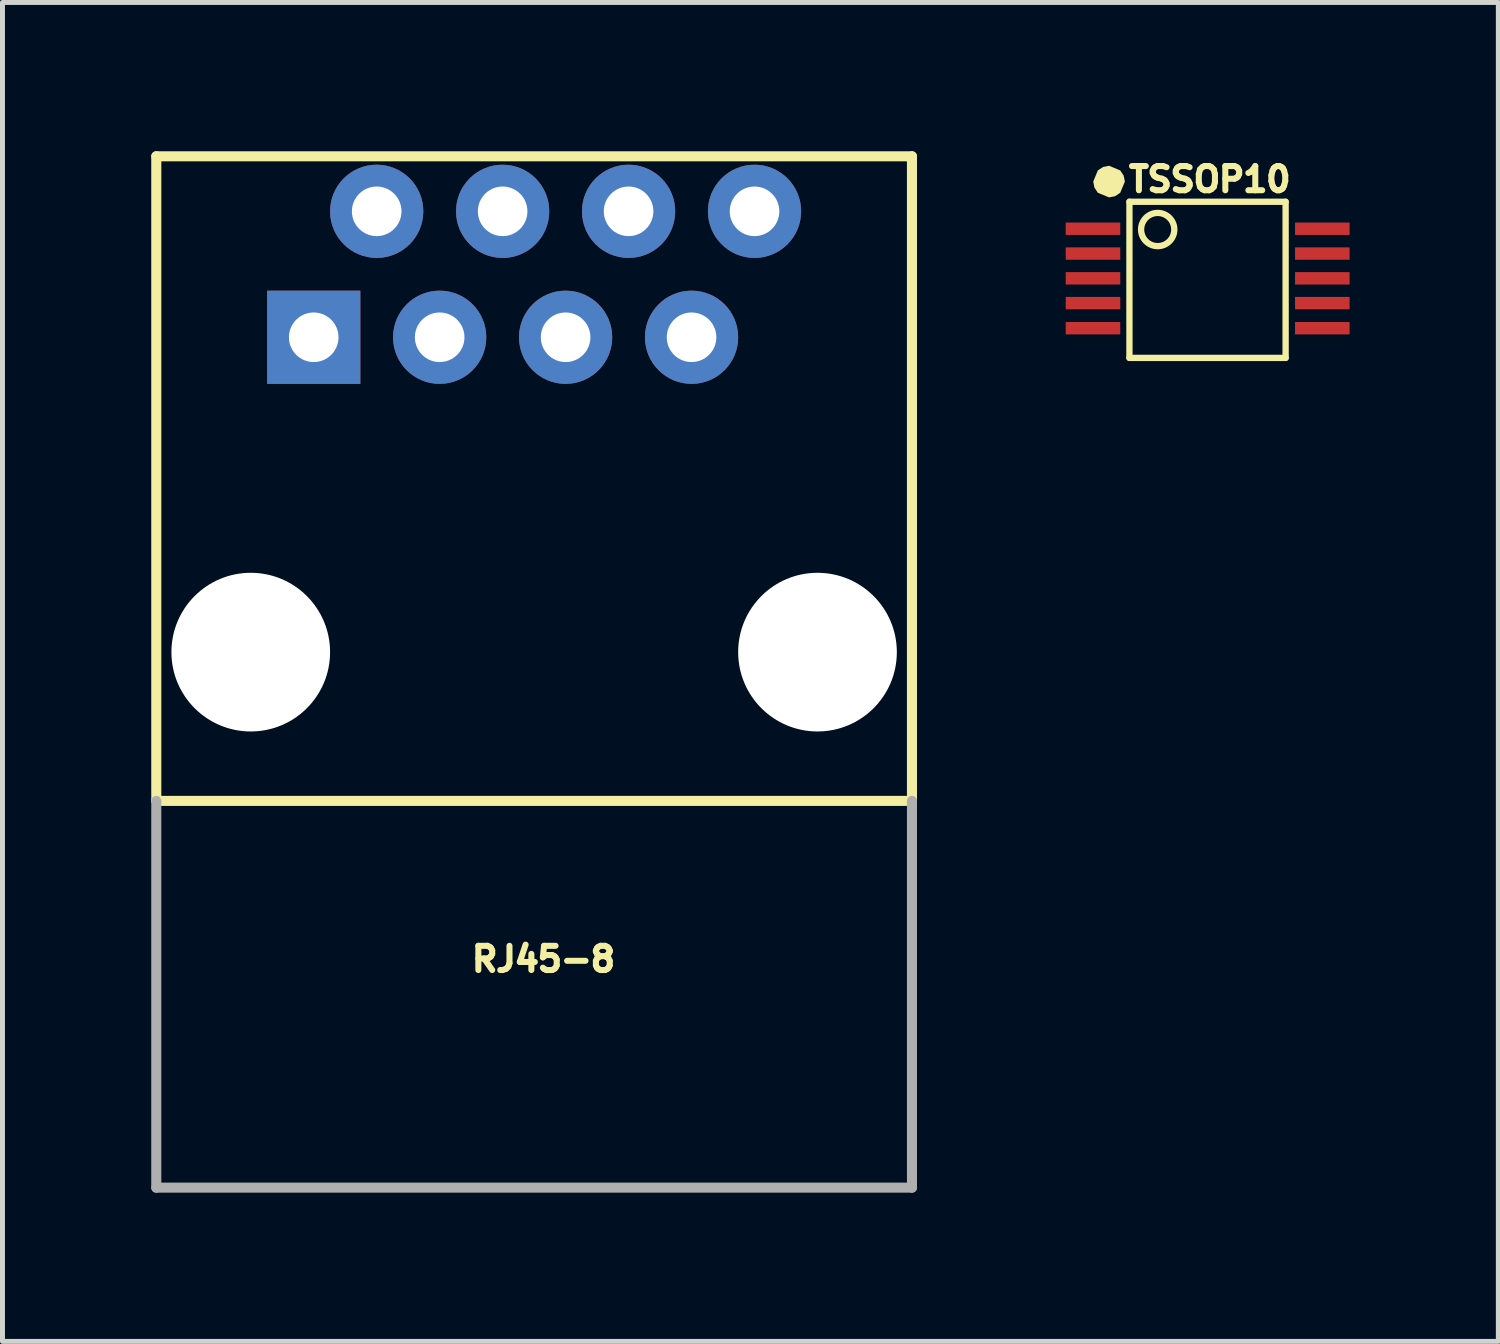
<source format=kicad_pcb>
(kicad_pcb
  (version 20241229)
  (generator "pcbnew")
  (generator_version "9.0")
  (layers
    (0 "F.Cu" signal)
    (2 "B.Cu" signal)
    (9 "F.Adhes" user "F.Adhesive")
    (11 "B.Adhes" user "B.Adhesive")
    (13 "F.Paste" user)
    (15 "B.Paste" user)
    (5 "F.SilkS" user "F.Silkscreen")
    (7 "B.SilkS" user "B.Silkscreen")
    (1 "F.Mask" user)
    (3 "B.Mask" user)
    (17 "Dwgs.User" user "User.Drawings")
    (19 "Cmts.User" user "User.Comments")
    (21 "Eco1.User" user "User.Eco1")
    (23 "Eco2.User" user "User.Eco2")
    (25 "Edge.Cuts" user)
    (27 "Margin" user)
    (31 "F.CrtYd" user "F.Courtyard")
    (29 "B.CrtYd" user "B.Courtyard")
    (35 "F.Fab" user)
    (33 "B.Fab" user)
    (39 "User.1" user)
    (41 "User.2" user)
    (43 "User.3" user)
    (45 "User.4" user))
  (footprint "RJ45-8"
    (layer "F.Cu")
    (at 7.722 10.102)
    (property "Reference" "RJ45-8" (at -1.321 6.477 0) (layer "F.SilkS") (effects (font (size 0.488 0.488) (thickness 0.122)) (justify left bottom)))
    (fp_line (start -7.62 -10) (end 7.62 -10) (stroke (width 0.203) (type solid)) (layer "F.SilkS"))
    (fp_line (start -7.62 3) (end -7.62 -10) (stroke (width 0.203) (type solid)) (layer "F.SilkS"))
    (fp_line (start -7.62 3) (end 7.62 3) (stroke (width 0.203) (type solid)) (layer "F.SilkS"))
    (fp_line (start 7.62 -10) (end 7.62 3) (stroke (width 0.203) (type solid)) (layer "F.SilkS"))
    (fp_line (start -7.62 3) (end -7.62 10.8) (stroke (width 0.203) (type solid)) (layer "F.Fab"))
    (fp_line (start -7.62 10.8) (end 7.62 10.8) (stroke (width 0.203) (type solid)) (layer "F.Fab"))
    (fp_line (start 7.62 10.8) (end 7.62 3) (stroke (width 0.203) (type solid)) (layer "F.Fab"))
    (pad "" np_thru_hole circle (at -5.715 0) (size 3.2 3.2) (drill 3.2) (layers "*.Cu" "*.Mask"))
    (pad "" np_thru_hole circle (at 5.715 0) (size 3.2 3.2) (drill 3.2) (layers "*.Cu" "*.Mask"))
    (pad "1" thru_hole rect (at -4.445 -6.35) (size 1.88 1.88) (drill 1) (layers "*.Cu" "*.Mask"))
    (pad "2" thru_hole circle (at -3.175 -8.89) (size 1.88 1.88) (drill 1) (layers "*.Cu" "*.Mask"))
    (pad "3" thru_hole circle (at -1.905 -6.35) (size 1.88 1.88) (drill 1) (layers "*.Cu" "*.Mask"))
    (pad "4" thru_hole circle (at -0.635 -8.89) (size 1.88 1.88) (drill 1) (layers "*.Cu" "*.Mask"))
    (pad "5" thru_hole circle (at 0.635 -6.35) (size 1.88 1.88) (drill 1) (layers "*.Cu" "*.Mask"))
    (pad "6" thru_hole circle (at 1.905 -8.89) (size 1.88 1.88) (drill 1) (layers "*.Cu" "*.Mask"))
    (pad "7" thru_hole circle (at 3.175 -6.35) (size 1.88 1.88) (drill 1) (layers "*.Cu" "*.Mask"))
    (pad "8" thru_hole circle (at 4.445 -8.89) (size 1.88 1.88) (drill 1) (layers "*.Cu" "*.Mask")))
  (footprint "TSSOP10"
    (layer "F.Cu")
    (at 21.252 2.581)
    (property "Reference" "TSSOP10" (at 0.096 -1.728 0) (layer "F.SilkS") (effects (font (size 0.488 0.488) (thickness 0.122)) (justify bottom)))
    (fp_line (start -1.524 -1.562) (end -1.524 1.587) (stroke (width 0.127) (type solid)) (layer "F.SilkS"))
    (fp_line (start -1.524 1.587) (end 1.626 1.587) (stroke (width 0.127) (type solid)) (layer "F.SilkS"))
    (fp_line (start 1.626 -1.562) (end -1.524 -1.562) (stroke (width 0.127) (type solid)) (layer "F.SilkS"))
    (fp_line (start 1.626 1.587) (end 1.626 -1.562) (stroke (width 0.127) (type solid)) (layer "F.SilkS"))
    (fp_circle (center -0.954 -1.002) (end -0.619 -1.002) (stroke (width 0.127) (type solid)) (fill no) (layer "F.SilkS"))
    (fp_poly (pts (xy -1.71 -2.194) (xy -1.641 -2.091) (xy -1.616 -1.969) (xy -1.71 -1.743) (xy -1.813 -1.674) (xy -1.935 -1.65) (xy -2.161 -1.743) (xy -2.23 -1.847) (xy -2.254 -1.969) (xy -2.161 -2.194) (xy -2.057 -2.263) (xy -1.935 -2.288)) (stroke (width 0) (type default)) (fill yes) (layer "F.SilkS"))
    (pad "1" smd rect (at -2.259 -1.018) (size 1.1 0.25) (layers "F.Cu" "F.Mask" "F.Paste"))
    (pad "2" smd rect (at -2.259 -0.517) (size 1.1 0.25) (layers "F.Cu" "F.Mask" "F.Paste"))
    (pad "3" smd rect (at -2.259 -0.018) (size 1.1 0.25) (layers "F.Cu" "F.Mask" "F.Paste"))
    (pad "4" smd rect (at -2.259 0.482) (size 1.1 0.25) (layers "F.Cu" "F.Mask" "F.Paste"))
    (pad "5" smd rect (at -2.259 0.988) (size 1.1 0.25) (layers "F.Cu" "F.Mask" "F.Paste"))
    (pad "6" smd rect (at 2.366 0.988) (size 1.1 0.25) (layers "F.Cu" "F.Mask" "F.Paste"))
    (pad "7" smd rect (at 2.366 0.482) (size 1.1 0.25) (layers "F.Cu" "F.Mask" "F.Paste"))
    (pad "8" smd rect (at 2.366 -0.018) (size 1.1 0.25) (layers "F.Cu" "F.Mask" "F.Paste"))
    (pad "9" smd rect (at 2.366 -0.517) (size 1.1 0.25) (layers "F.Cu" "F.Mask" "F.Paste"))
    (pad "10" smd rect (at 2.366 -1.018) (size 1.1 0.25) (layers "F.Cu" "F.Mask" "F.Paste")))
  (gr_rect
    (start -3 -3)
    (end 27.168 24.003)
    (stroke (width 0.1) (type default))
    (fill no)
    (layer "Edge.Cuts")))
</source>
